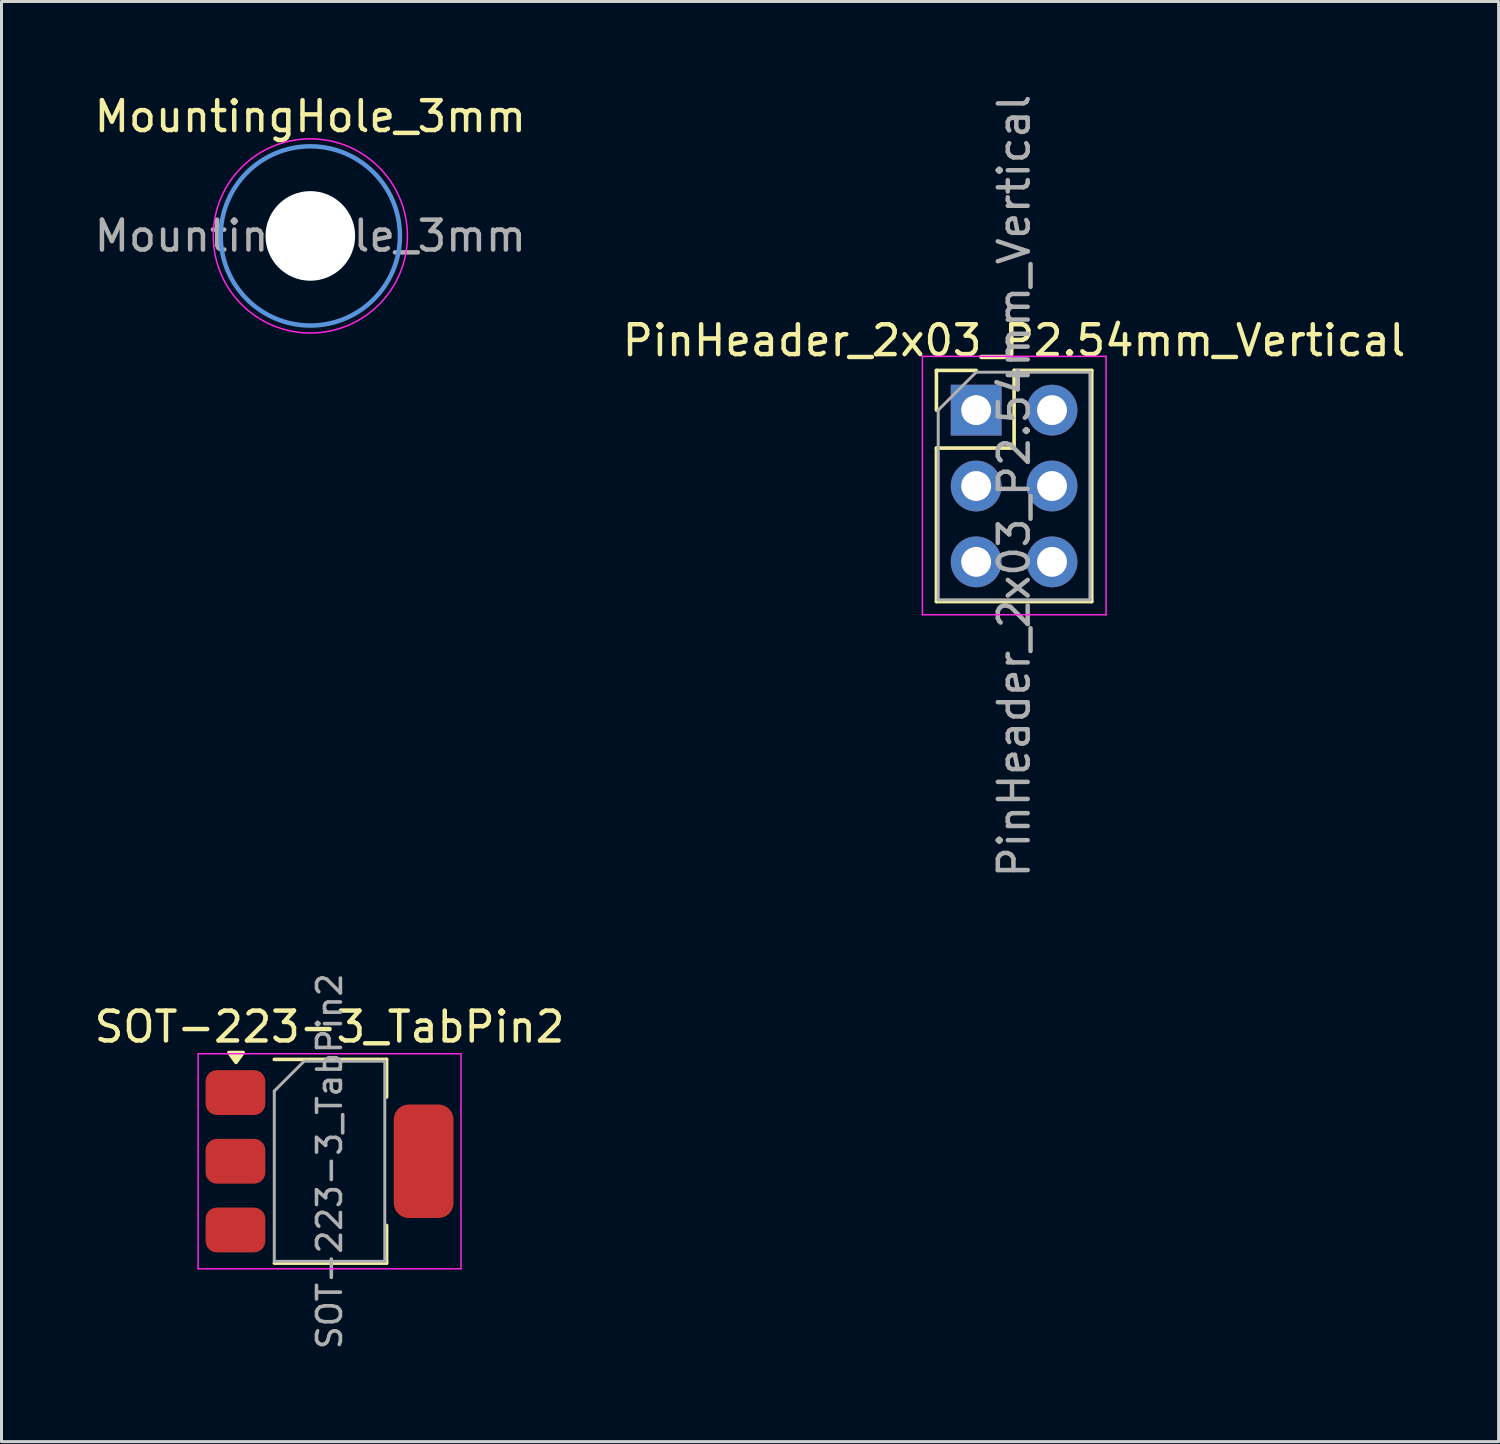
<source format=kicad_pcb>
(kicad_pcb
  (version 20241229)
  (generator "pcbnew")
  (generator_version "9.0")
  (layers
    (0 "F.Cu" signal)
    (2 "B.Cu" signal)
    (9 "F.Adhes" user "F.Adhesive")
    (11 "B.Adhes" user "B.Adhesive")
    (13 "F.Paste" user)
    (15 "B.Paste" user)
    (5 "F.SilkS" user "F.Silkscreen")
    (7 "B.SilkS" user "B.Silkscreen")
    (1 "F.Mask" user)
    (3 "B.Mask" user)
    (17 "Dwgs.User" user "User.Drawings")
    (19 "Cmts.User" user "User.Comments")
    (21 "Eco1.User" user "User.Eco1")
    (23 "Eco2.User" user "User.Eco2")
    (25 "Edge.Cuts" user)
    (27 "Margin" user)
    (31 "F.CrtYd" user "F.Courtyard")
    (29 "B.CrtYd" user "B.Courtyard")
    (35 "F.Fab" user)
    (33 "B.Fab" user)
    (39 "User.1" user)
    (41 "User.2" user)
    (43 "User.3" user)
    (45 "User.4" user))
  (footprint "SOT-223-3_TabPin2"
    (layer "F.Cu")
    (at 7.982 35.826)
    (property "Reference" "SOT-223-3_TabPin2" (at 0 -4.5 0) (layer "F.SilkS") (effects (font (size 1 1) (thickness 0.15))))
    (attr smd)
    (fp_line (start -1.85 -3.41) (end 1.91 -3.41) (stroke (width 0.12) (type solid)) (layer "F.SilkS"))
    (fp_line (start -1.85 3.41) (end 1.91 3.41) (stroke (width 0.12) (type solid)) (layer "F.SilkS"))
    (fp_line (start 1.91 -3.41) (end 1.91 -2.15) (stroke (width 0.12) (type solid)) (layer "F.SilkS"))
    (fp_line (start 1.91 3.41) (end 1.91 2.15) (stroke (width 0.12) (type solid)) (layer "F.SilkS"))
    (fp_poly (pts (xy -3.13 -3.31) (xy -3.37 -3.64) (xy -2.89 -3.64) (xy -3.13 -3.31)) (stroke (width 0.12) (type solid)) (fill yes) (layer "F.SilkS"))
    (fp_line (start -4.4 -3.6) (end -4.4 3.6) (stroke (width 0.05) (type solid)) (layer "F.CrtYd"))
    (fp_line (start -4.4 3.6) (end 4.4 3.6) (stroke (width 0.05) (type solid)) (layer "F.CrtYd"))
    (fp_line (start 4.4 -3.6) (end -4.4 -3.6) (stroke (width 0.05) (type solid)) (layer "F.CrtYd"))
    (fp_line (start 4.4 3.6) (end 4.4 -3.6) (stroke (width 0.05) (type solid)) (layer "F.CrtYd"))
    (fp_line (start -1.85 -2.35) (end -1.85 3.35) (stroke (width 0.1) (type solid)) (layer "F.Fab"))
    (fp_line (start -1.85 -2.35) (end -0.85 -3.35) (stroke (width 0.1) (type solid)) (layer "F.Fab"))
    (fp_line (start -1.85 3.35) (end 1.85 3.35) (stroke (width 0.1) (type solid)) (layer "F.Fab"))
    (fp_line (start -0.85 -3.35) (end 1.85 -3.35) (stroke (width 0.1) (type solid)) (layer "F.Fab"))
    (fp_line (start 1.85 -3.35) (end 1.85 3.35) (stroke (width 0.1) (type solid)) (layer "F.Fab"))
    (fp_text user "${REFERENCE}" (at 0 0 90) (layer "F.Fab") (effects (font (size 0.8 0.8) (thickness 0.12))))
    (pad "1" smd roundrect (at -3.15 -2.3) (size 2 1.5) (layers "F.Cu" "F.Mask" "F.Paste") (roundrect_rratio 0.25))
    (pad "2" smd roundrect (at -3.15 0) (size 2 1.5) (layers "F.Cu" "F.Mask" "F.Paste") (roundrect_rratio 0.25))
    (pad "2" smd roundrect (at 3.15 0) (size 2 3.8) (layers "F.Cu" "F.Mask" "F.Paste") (roundrect_rratio 0.25))
    (pad "3" smd roundrect (at -3.15 2.3) (size 2 1.5) (layers "F.Cu" "F.Mask" "F.Paste") (roundrect_rratio 0.25)))
  (footprint "MountingHole_3mm"
    (layer "F.Cu")
    (at 7.339 4.848)
    (property "Reference" "MountingHole_3mm" (at 0 -4 0) (layer "F.SilkS") (effects (font (size 1 1) (thickness 0.15))))
    (attr exclude_from_pos_files exclude_from_bom)
    (fp_circle (center 0 0) (end 3 0) (stroke (width 0.15) (type solid)) (fill no) (layer "Cmts.User"))
    (fp_circle (center 0 0) (end 3.25 0) (stroke (width 0.05) (type solid)) (fill no) (layer "F.CrtYd"))
    (fp_text user "${REFERENCE}" (at 0 0 0) (layer "F.Fab") (effects (font (size 1 1) (thickness 0.15))))
    (pad "" np_thru_hole circle (at 0 0) (size 3 3) (drill 3) (layers "*.Cu" "*.Mask")))
  (footprint "PinHeader_2x03_P2.54mm_Vertical"
    (layer "F.Cu")
    (at 29.629 10.68)
    (property "Reference" "PinHeader_2x03_P2.54mm_Vertical" (at 1.27 -2.33 0) (layer "F.SilkS") (effects (font (size 1 1) (thickness 0.15))))
    (attr through_hole)
    (fp_line (start -1.33 -1.33) (end 0 -1.33) (stroke (width 0.12) (type solid)) (layer "F.SilkS"))
    (fp_line (start -1.33 0) (end -1.33 -1.33) (stroke (width 0.12) (type solid)) (layer "F.SilkS"))
    (fp_line (start -1.33 1.27) (end -1.33 6.41) (stroke (width 0.12) (type solid)) (layer "F.SilkS"))
    (fp_line (start -1.33 1.27) (end 1.27 1.27) (stroke (width 0.12) (type solid)) (layer "F.SilkS"))
    (fp_line (start -1.33 6.41) (end 3.87 6.41) (stroke (width 0.12) (type solid)) (layer "F.SilkS"))
    (fp_line (start 1.27 -1.33) (end 3.87 -1.33) (stroke (width 0.12) (type solid)) (layer "F.SilkS"))
    (fp_line (start 1.27 1.27) (end 1.27 -1.33) (stroke (width 0.12) (type solid)) (layer "F.SilkS"))
    (fp_line (start 3.87 -1.33) (end 3.87 6.41) (stroke (width 0.12) (type solid)) (layer "F.SilkS"))
    (fp_line (start -1.8 -1.8) (end -1.8 6.85) (stroke (width 0.05) (type solid)) (layer "F.CrtYd"))
    (fp_line (start -1.8 6.85) (end 4.35 6.85) (stroke (width 0.05) (type solid)) (layer "F.CrtYd"))
    (fp_line (start 4.35 -1.8) (end -1.8 -1.8) (stroke (width 0.05) (type solid)) (layer "F.CrtYd"))
    (fp_line (start 4.35 6.85) (end 4.35 -1.8) (stroke (width 0.05) (type solid)) (layer "F.CrtYd"))
    (fp_line (start -1.27 0) (end 0 -1.27) (stroke (width 0.1) (type solid)) (layer "F.Fab"))
    (fp_line (start -1.27 6.35) (end -1.27 0) (stroke (width 0.1) (type solid)) (layer "F.Fab"))
    (fp_line (start 0 -1.27) (end 3.81 -1.27) (stroke (width 0.1) (type solid)) (layer "F.Fab"))
    (fp_line (start 3.81 -1.27) (end 3.81 6.35) (stroke (width 0.1) (type solid)) (layer "F.Fab"))
    (fp_line (start 3.81 6.35) (end -1.27 6.35) (stroke (width 0.1) (type solid)) (layer "F.Fab"))
    (fp_text user "${REFERENCE}" (at 1.27 2.54 90) (layer "F.Fab") (effects (font (size 1 1) (thickness 0.15))))
    (pad "1" thru_hole rect (at 0 0) (size 1.7 1.7) (drill 1) (layers "*.Cu" "*.Mask"))
    (pad "2" thru_hole oval (at 2.54 0) (size 1.7 1.7) (drill 1) (layers "*.Cu" "*.Mask"))
    (pad "3" thru_hole oval (at 0 2.54) (size 1.7 1.7) (drill 1) (layers "*.Cu" "*.Mask"))
    (pad "4" thru_hole oval (at 2.54 2.54) (size 1.7 1.7) (drill 1) (layers "*.Cu" "*.Mask"))
    (pad "5" thru_hole oval (at 0 5.08) (size 1.7 1.7) (drill 1) (layers "*.Cu" "*.Mask"))
    (pad "6" thru_hole oval (at 2.54 5.08) (size 1.7 1.7) (drill 1) (layers "*.Cu" "*.Mask")))
  (gr_rect
    (start -3 -3)
    (end 47.119 45.212)
    (stroke (width 0.1) (type default))
    (fill no)
    (layer "Edge.Cuts")))
</source>
